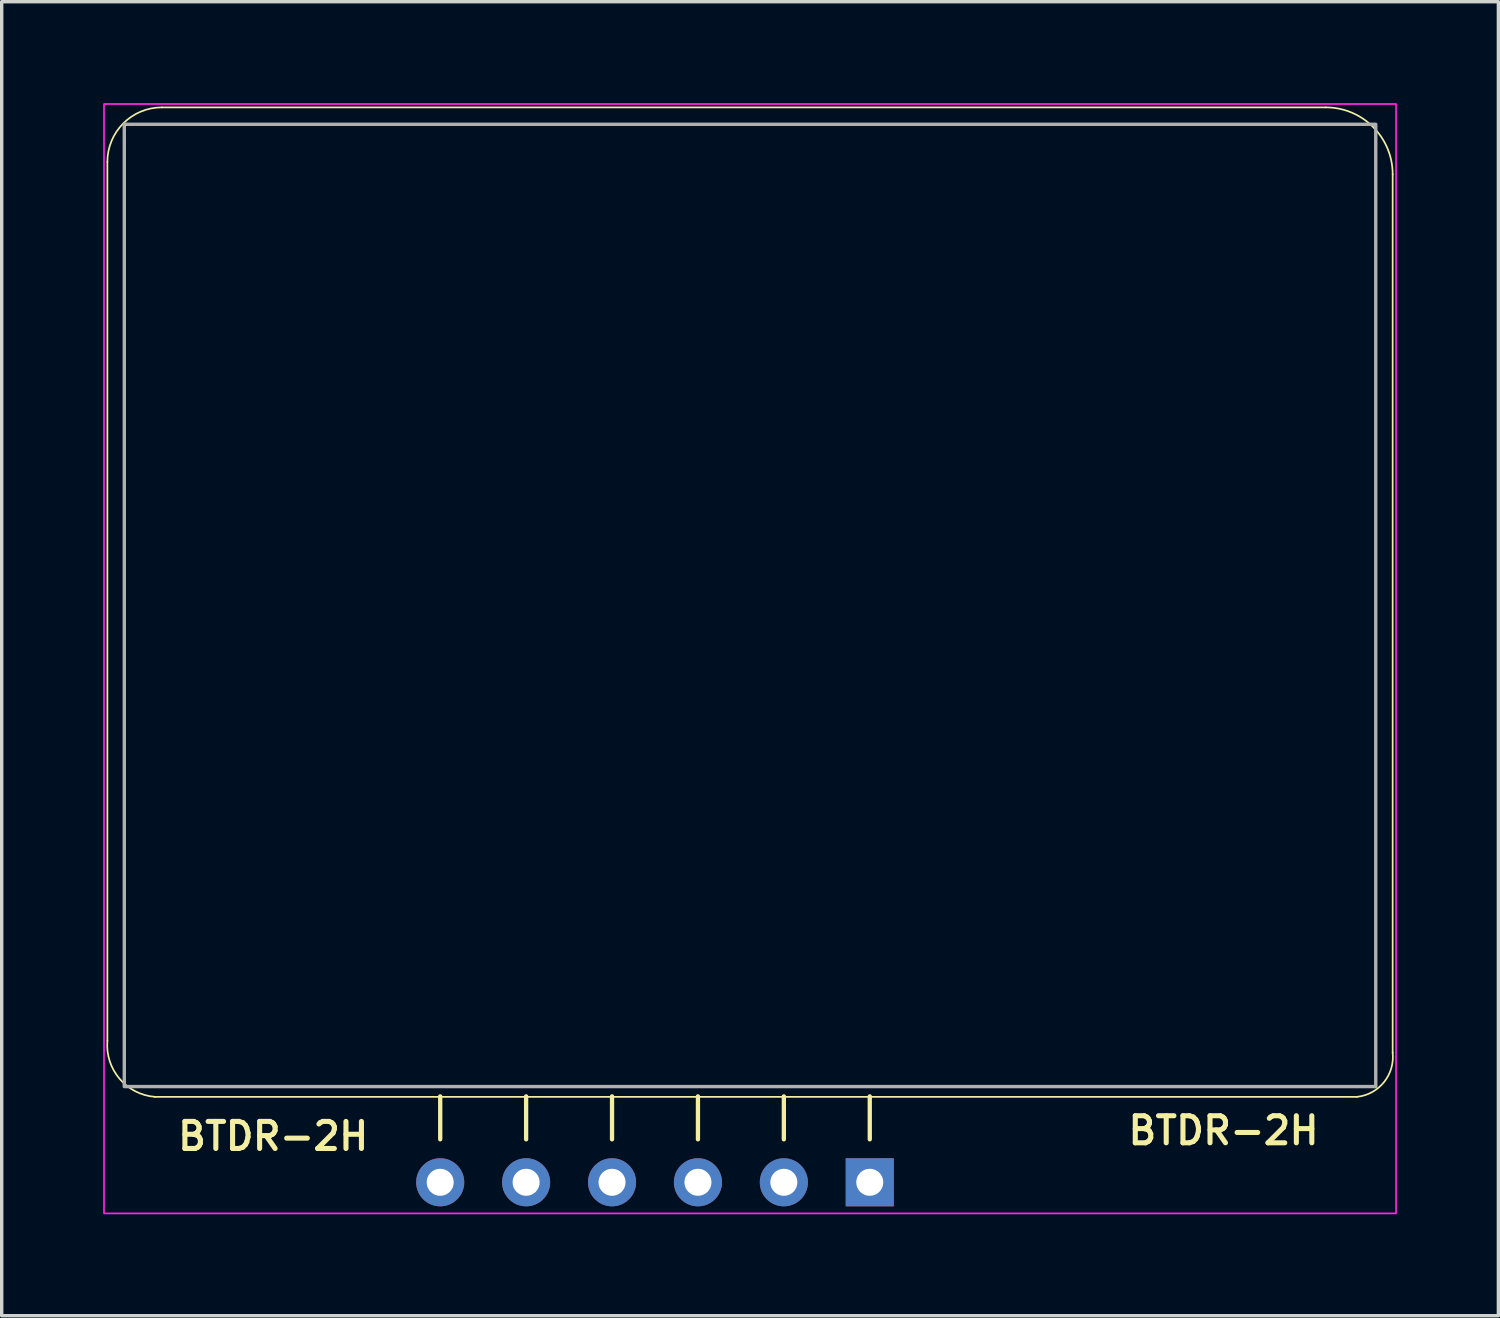
<source format=kicad_pcb>
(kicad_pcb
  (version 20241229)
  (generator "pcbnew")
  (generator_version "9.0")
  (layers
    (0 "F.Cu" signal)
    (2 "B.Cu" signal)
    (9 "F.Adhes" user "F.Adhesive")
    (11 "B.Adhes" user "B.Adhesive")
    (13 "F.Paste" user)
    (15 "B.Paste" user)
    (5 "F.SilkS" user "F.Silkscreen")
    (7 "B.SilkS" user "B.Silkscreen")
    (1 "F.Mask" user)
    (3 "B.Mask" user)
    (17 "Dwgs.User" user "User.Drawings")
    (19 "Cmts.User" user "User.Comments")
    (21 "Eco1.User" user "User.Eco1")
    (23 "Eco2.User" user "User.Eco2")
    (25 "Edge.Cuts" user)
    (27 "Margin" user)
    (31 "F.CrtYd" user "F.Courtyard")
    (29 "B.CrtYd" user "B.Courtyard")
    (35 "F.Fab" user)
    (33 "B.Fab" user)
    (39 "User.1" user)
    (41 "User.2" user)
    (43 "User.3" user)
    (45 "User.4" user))
  (footprint "BTDR-2H"
    (layer "F.Cu")
    (at 22.665 31.905)
    (property "Reference" "BTDR-2H" (at -14.74 -1.83 0) (layer "F.SilkS") (effects (font (size 0.8 0.8) (thickness 0.15)) (justify right top)))
    (property "Value" "BTDR-2H" (at 0 0 0) (layer "F.Fab") (hide yes) (effects (font (size 1.27 1.27) (thickness 0.15)) (justify right top)))
    (fp_line (start -22.54 -4.181) (end -22.54 -30.17) (stroke (width 0.051) (type solid)) (layer "F.SilkS"))
    (fp_line (start -20.93 -31.78) (end 13.483 -31.78) (stroke (width 0.051) (type solid)) (layer "F.SilkS"))
    (fp_line (start -12.7 -2.54) (end -12.7 -1.27) (stroke (width 0.127) (type solid)) (layer "F.SilkS"))
    (fp_line (start -10.16 -2.54) (end -10.16 -1.27) (stroke (width 0.127) (type solid)) (layer "F.SilkS"))
    (fp_line (start -7.62 -2.54) (end -7.62 -1.27) (stroke (width 0.127) (type solid)) (layer "F.SilkS"))
    (fp_line (start -5.08 -2.54) (end -5.08 -1.27) (stroke (width 0.127) (type solid)) (layer "F.SilkS"))
    (fp_line (start -2.54 -2.54) (end -2.54 -1.27) (stroke (width 0.127) (type solid)) (layer "F.SilkS"))
    (fp_line (start 0 -2.54) (end 0 -1.27) (stroke (width 0.127) (type solid)) (layer "F.SilkS"))
    (fp_line (start 14.407 -2.526) (end -21.139 -2.526) (stroke (width 0.051) (type solid)) (layer "F.SilkS"))
    (fp_line (start 15.46 -29.803) (end 15.46 -3.833) (stroke (width 0.051) (type solid)) (layer "F.SilkS"))
    (fp_arc (start -22.54 -30.169878) (mid -22.068406 -31.308406) (end -20.929878 -31.78) (stroke (width 0.0508) (type solid)) (layer "F.SilkS"))
    (fp_arc (start -21.138787 -2.526) (mid -22.1822 -3.063407) (end -22.54 -4.181215) (stroke (width 0.0508) (type solid)) (layer "F.SilkS"))
    (fp_arc (start 13.482603 -31.78) (mid 14.880834 -31.200832) (end 15.46 -29.802601) (stroke (width 0.0508) (type solid)) (layer "F.SilkS"))
    (fp_arc (start 15.46 -3.833232) (mid 15.204133 -2.961473) (end 14.406768 -2.526) (stroke (width 0.0508) (type solid)) (layer "F.SilkS"))
    (fp_rect (start -22.64 -31.88) (end 15.56 0.92) (stroke (width 0.05) (type solid)) (fill no) (layer "F.CrtYd"))
    (fp_rect (start -22.04 -31.28) (end 14.96 -2.83) (stroke (width 0.1) (type solid)) (fill no) (layer "F.Fab"))
    (fp_text user "${VALUE}" (at 10.46 -1.53 0) (layer "F.SilkS") (effects (font (size 0.8 0.8) (thickness 0.15))))
    (pad "1" thru_hole rect (at 0 0 270) (size 1.422 1.422) (drill 0.8) (layers "*.Cu" "*.Mask"))
    (pad "2" thru_hole circle (at -2.54 0 270) (size 1.422 1.422) (drill 0.8) (layers "*.Cu" "*.Mask"))
    (pad "3" thru_hole circle (at -5.08 0 270) (size 1.422 1.422) (drill 0.8) (layers "*.Cu" "*.Mask"))
    (pad "4" thru_hole circle (at -7.62 0 270) (size 1.422 1.422) (drill 0.8) (layers "*.Cu" "*.Mask"))
    (pad "5" thru_hole circle (at -10.16 0 270) (size 1.422 1.422) (drill 0.8) (layers "*.Cu" "*.Mask"))
    (pad "6" thru_hole circle (at -12.7 0 270) (size 1.422 1.422) (drill 0.8) (layers "*.Cu" "*.Mask")))
  (gr_rect
    (start -3 -3)
    (end 41.25 35.85)
    (stroke (width 0.1) (type default))
    (fill no)
    (layer "Edge.Cuts")))
</source>
